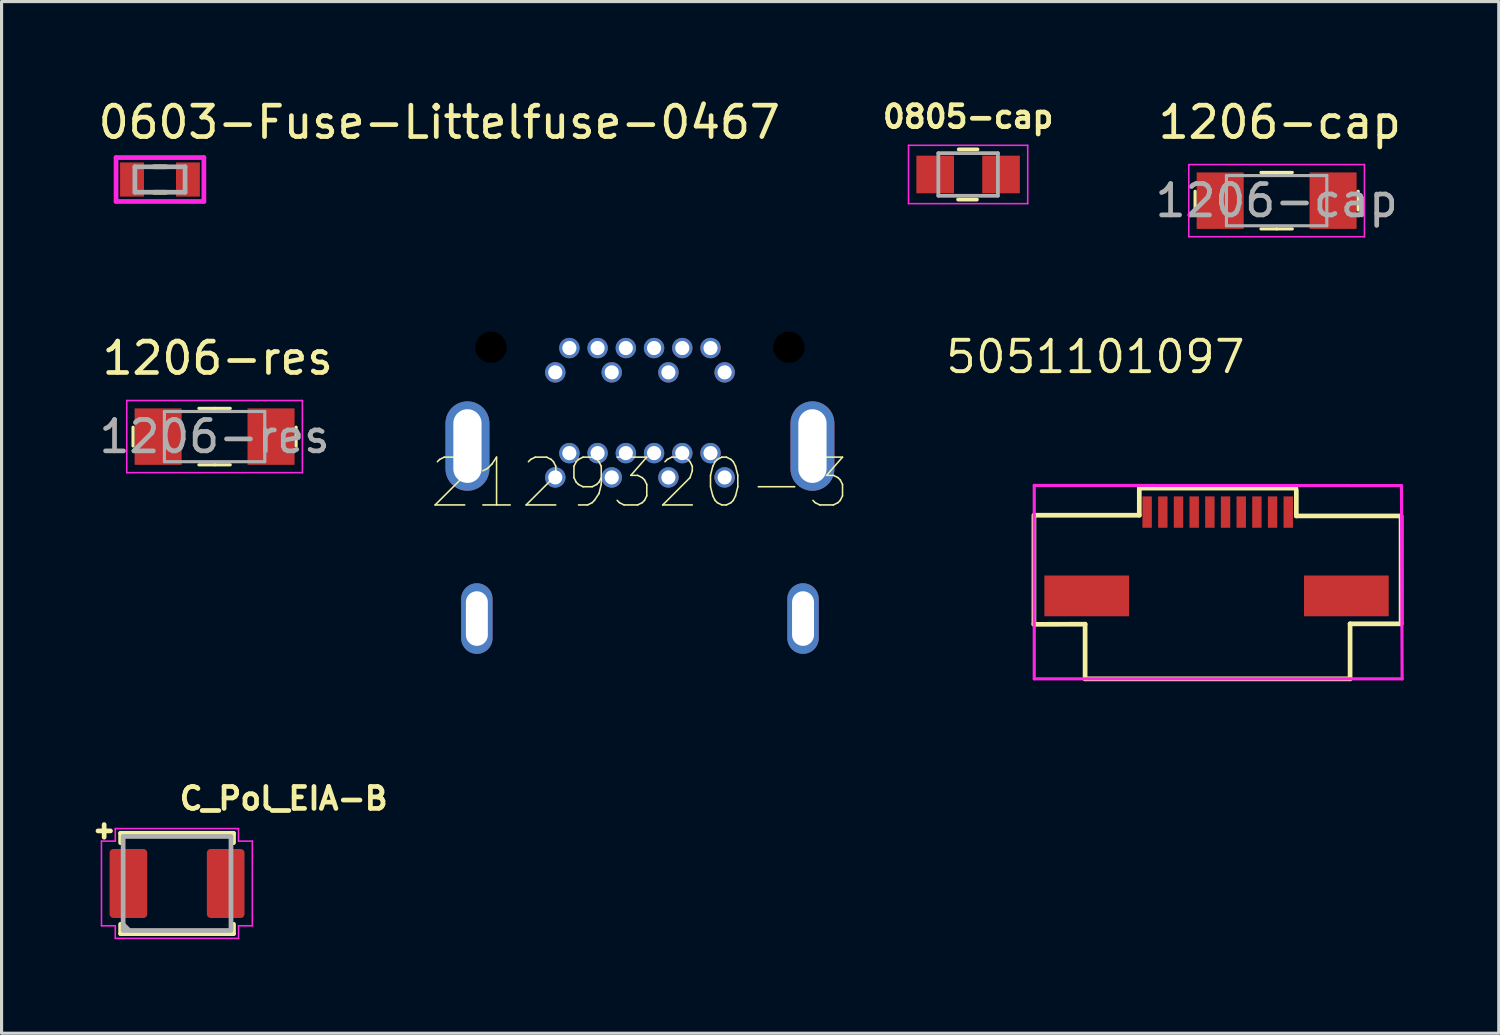
<source format=kicad_pcb>
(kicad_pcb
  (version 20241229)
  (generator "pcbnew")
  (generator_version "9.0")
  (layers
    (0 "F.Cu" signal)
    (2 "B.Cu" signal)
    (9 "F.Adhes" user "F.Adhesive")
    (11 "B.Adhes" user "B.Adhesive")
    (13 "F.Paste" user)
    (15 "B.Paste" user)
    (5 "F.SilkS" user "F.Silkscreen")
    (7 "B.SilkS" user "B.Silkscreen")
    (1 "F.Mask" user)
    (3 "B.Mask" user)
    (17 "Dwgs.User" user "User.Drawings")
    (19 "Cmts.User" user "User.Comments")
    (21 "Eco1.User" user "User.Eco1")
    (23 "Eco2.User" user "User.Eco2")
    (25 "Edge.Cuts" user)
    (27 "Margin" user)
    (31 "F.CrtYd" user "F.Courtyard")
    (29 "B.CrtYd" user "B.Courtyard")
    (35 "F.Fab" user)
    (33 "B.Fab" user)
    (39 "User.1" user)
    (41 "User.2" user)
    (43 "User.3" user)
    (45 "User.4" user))
  (footprint "1206-res"
    (layer "F.Cu")
    (at 3.792 10.871)
    (property "Reference" "1206-res" (at 0.1 -2.5 0) (layer "F.SilkS") (effects (font (size 1 1) (thickness 0.15))))
    (attr smd)
    (fp_line (start -2.6 -0.3) (end -2.6 0.3) (stroke (width 0.1) (type solid)) (layer "F.SilkS"))
    (fp_line (start 0 -0.9) (end -0.5 -0.9) (stroke (width 0.1) (type solid)) (layer "F.SilkS"))
    (fp_line (start 0 -0.9) (end 0.5 -0.9) (stroke (width 0.1) (type solid)) (layer "F.SilkS"))
    (fp_line (start 0 0.9) (end -0.5 0.9) (stroke (width 0.1) (type solid)) (layer "F.SilkS"))
    (fp_line (start 0 0.9) (end 0.5 0.9) (stroke (width 0.1) (type solid)) (layer "F.SilkS"))
    (fp_line (start 2.6 -0.3) (end 2.6 0.3) (stroke (width 0.1) (type solid)) (layer "F.SilkS"))
    (fp_line (start -2.8 -1.15) (end -2.8 1.15) (stroke (width 0.05) (type solid)) (layer "F.CrtYd"))
    (fp_line (start -2.8 1.15) (end 2.8 1.15) (stroke (width 0.05) (type solid)) (layer "F.CrtYd"))
    (fp_line (start 2.8 -1.15) (end -2.8 -1.15) (stroke (width 0.05) (type solid)) (layer "F.CrtYd"))
    (fp_line (start 2.8 1.15) (end 2.8 -1.15) (stroke (width 0.05) (type solid)) (layer "F.CrtYd"))
    (fp_line (start -1.6 -0.8) (end -1.6 0.8) (stroke (width 0.1) (type solid)) (layer "F.Fab"))
    (fp_line (start -1.6 -0.8) (end 1.6 -0.8) (stroke (width 0.1) (type solid)) (layer "F.Fab"))
    (fp_line (start -1.6 0.8) (end 1.6 0.8) (stroke (width 0.1) (type solid)) (layer "F.Fab"))
    (fp_line (start 1.6 -0.8) (end 1.6 0.8) (stroke (width 0.1) (type solid)) (layer "F.Fab"))
    (fp_text user "${REFERENCE}" (at 0 0 0) (layer "F.Fab") (effects (font (size 1 1) (thickness 0.15))))
    (pad "1" smd rect (at -1.8 0) (size 1.5 1.8) (layers "F.Cu" "F.Mask" "F.Paste"))
    (pad "2" smd rect (at 1.8 0) (size 1.5 1.8) (layers "F.Cu" "F.Mask" "F.Paste")))
  (footprint "5051101097"
    (layer "F.Cu")
    (at 35.647 15.295)
    (property "Reference" "5051101097" (at -3.77 -6.967 0) (layer "F.SilkS") (effects (font (size 1 1) (thickness 0.125))))
    (attr smd)
    (fp_line (start -5.73 1.533) (end -5.73 -1.917) (stroke (width 0.15) (type solid)) (layer "F.SilkS"))
    (fp_line (start -5.7 -1.917) (end -2.37 -1.917) (stroke (width 0.15) (type solid)) (layer "F.SilkS"))
    (fp_line (start -4.098 1.558) (end -5.735 1.563) (stroke (width 0.15) (type solid)) (layer "F.SilkS"))
    (fp_line (start -4.098 1.558) (end -4.098 3.3) (stroke (width 0.15) (type solid)) (layer "F.SilkS"))
    (fp_line (start -4.098 3.3) (end 4.351 3.3) (stroke (width 0.15) (type solid)) (layer "F.SilkS"))
    (fp_line (start -2.372 -2.781) (end 2.624 -2.781) (stroke (width 0.15) (type solid)) (layer "F.SilkS"))
    (fp_line (start -2.37 -1.917) (end -2.37 -2.742) (stroke (width 0.15) (type solid)) (layer "F.SilkS"))
    (fp_line (start 2.637 -1.894) (end 2.637 -2.719) (stroke (width 0.15) (type solid)) (layer "F.SilkS"))
    (fp_line (start 4.351 1.546) (end 4.351 3.3) (stroke (width 0.15) (type solid)) (layer "F.SilkS"))
    (fp_line (start 5.947 -1.894) (end 2.637 -1.894) (stroke (width 0.15) (type solid)) (layer "F.SilkS"))
    (fp_line (start 5.977 1.546) (end 4.351 1.546) (stroke (width 0.15) (type solid)) (layer "F.SilkS"))
    (fp_line (start 5.977 1.546) (end 5.977 -1.894) (stroke (width 0.15) (type solid)) (layer "F.SilkS"))
    (fp_line (start -5.72 -2.867) (end -5.72 3.3) (stroke (width 0.1) (type solid)) (layer "F.CrtYd"))
    (fp_line (start -5.72 3.3) (end 6.01 3.3) (stroke (width 0.1) (type solid)) (layer "F.CrtYd"))
    (fp_line (start 5.989 -2.863) (end -5.72 -2.867) (stroke (width 0.1) (type solid)) (layer "F.CrtYd"))
    (fp_line (start 6.01 3.3) (end 5.989 -2.863) (stroke (width 0.1) (type solid)) (layer "F.CrtYd"))
    (pad "1" smd rect (at -2.12 -2.017) (size 0.3 1) (layers "F.Cu" "F.Mask" "F.Paste"))
    (pad "2" smd rect (at -1.62 -2.017) (size 0.3 1) (layers "F.Cu" "F.Mask" "F.Paste"))
    (pad "3" smd rect (at -1.12 -2.017) (size 0.3 1) (layers "F.Cu" "F.Mask" "F.Paste"))
    (pad "4" smd rect (at -0.62 -2.017) (size 0.3 1) (layers "F.Cu" "F.Mask" "F.Paste"))
    (pad "5" smd rect (at -0.12 -2.017) (size 0.3 1) (layers "F.Cu" "F.Mask" "F.Paste"))
    (pad "6" smd rect (at 0.38 -2.017) (size 0.3 1) (layers "F.Cu" "F.Mask" "F.Paste"))
    (pad "7" smd rect (at 0.88 -2.017) (size 0.3 1) (layers "F.Cu" "F.Mask" "F.Paste"))
    (pad "8" smd rect (at 1.38 -2.017) (size 0.3 1) (layers "F.Cu" "F.Mask" "F.Paste"))
    (pad "9" smd rect (at 1.88 -2.017) (size 0.3 1) (layers "F.Cu" "F.Mask" "F.Paste"))
    (pad "10" smd rect (at 2.38 -2.017) (size 0.3 1) (layers "F.Cu" "F.Mask" "F.Paste"))
    (pad "~" smd rect (at -4.046 0.655) (size 2.7 1.3) (layers "F.Cu" "F.Mask" "F.Paste"))
    (pad "~" smd rect (at 4.232 0.655 90) (size 1.3 2.7) (layers "F.Cu" "F.Mask" "F.Paste")))
  (footprint "C_Pol_EIA-B"
    (layer "F.Cu")
    (at 2.596 25.12)
    (property "Reference" "C_Pol_EIA-B" (at 0 -2.3 0) (layer "F.SilkS") (effects (font (size 0.7 0.7) (thickness 0.15)) (justify left bottom)))
    (attr smd)
    (fp_line (start -2.521 -1.676) (end -2.123 -1.676) (stroke (width 0.15) (type solid)) (layer "F.SilkS"))
    (fp_line (start -2.325 -1.475) (end -2.325 -1.878) (stroke (width 0.15) (type solid)) (layer "F.SilkS"))
    (fp_line (start -1.8 -1.6) (end 1.8 -1.6) (stroke (width 0.15) (type solid)) (layer "F.SilkS"))
    (fp_line (start -1.8 -1.3) (end -1.8 -1.6) (stroke (width 0.15) (type solid)) (layer "F.SilkS"))
    (fp_line (start -1.8 1.3) (end -1.8 1.6) (stroke (width 0.15) (type solid)) (layer "F.SilkS"))
    (fp_line (start 1.8 -1.3) (end 1.8 -1.6) (stroke (width 0.15) (type solid)) (layer "F.SilkS"))
    (fp_line (start 1.8 1.3) (end 1.8 1.6) (stroke (width 0.15) (type solid)) (layer "F.SilkS"))
    (fp_line (start 1.8 1.6) (end -1.8 1.6) (stroke (width 0.15) (type solid)) (layer "F.SilkS"))
    (fp_line (start -2.411 -1.35) (end -2.41 1.35) (stroke (width 0.05) (type solid)) (layer "F.CrtYd"))
    (fp_line (start -1.97 -1.75) (end -1.97 -1.35) (stroke (width 0.05) (type solid)) (layer "F.CrtYd"))
    (fp_line (start -1.97 -1.35) (end -2.41 -1.35) (stroke (width 0.05) (type solid)) (layer "F.CrtYd"))
    (fp_line (start -1.97 1.35) (end -2.41 1.35) (stroke (width 0.05) (type solid)) (layer "F.CrtYd"))
    (fp_line (start -1.97 1.35) (end -1.97 1.75) (stroke (width 0.05) (type solid)) (layer "F.CrtYd"))
    (fp_line (start 1.959 -1.75) (end -1.971 -1.75) (stroke (width 0.05) (type solid)) (layer "F.CrtYd"))
    (fp_line (start 1.959 -1.75) (end 1.959 -1.35) (stroke (width 0.05) (type solid)) (layer "F.CrtYd"))
    (fp_line (start 1.96 1.35) (end 1.96 1.75) (stroke (width 0.05) (type solid)) (layer "F.CrtYd"))
    (fp_line (start 1.96 1.75) (end -1.97 1.75) (stroke (width 0.05) (type solid)) (layer "F.CrtYd"))
    (fp_line (start 2.399 -1.35) (end 1.959 -1.35) (stroke (width 0.05) (type solid)) (layer "F.CrtYd"))
    (fp_line (start 2.399 -1.35) (end 2.4 1.35) (stroke (width 0.05) (type solid)) (layer "F.CrtYd"))
    (fp_line (start 2.4 1.35) (end 1.96 1.35) (stroke (width 0.05) (type solid)) (layer "F.CrtYd"))
    (fp_line (start -1.7 1.324) (end -1.551 1.475) (stroke (width 0.15) (type solid)) (layer "F.Fab"))
    (fp_rect (start -1.72 -1.5) (end 1.719 1.499) (stroke (width 0.15) (type solid)) (fill no) (layer "F.Fab"))
    (fp_rect (start -1.72 -1.5) (end 1.719 1.499) (stroke (width 0.1) (type solid)) (fill no) (layer "User.5"))
    (fp_rect (start -1.72 -1.5) (end 1.719 1.499) (stroke (width 0.1) (type solid)) (fill no) (layer "User.5"))
    (fp_line (start -1.72 -1.5) (end -1.72 1.499) (stroke (width 0.02) (type solid)) (layer "User.9"))
    (fp_line (start -1.72 1.499) (end 1.719 1.499) (stroke (width 0.02) (type solid)) (layer "User.9"))
    (fp_line (start 1.719 -1.5) (end -1.72 -1.5) (stroke (width 0.02) (type solid)) (layer "User.9"))
    (fp_line (start 1.719 1.499) (end 1.719 -1.5) (stroke (width 0.02) (type solid)) (layer "User.9"))
    (pad "1" smd roundrect (at -1.551 0) (size 1.2 2.2) (layers "F.Cu" "F.Mask" "F.Paste") (roundrect_rratio 0.1))
    (pad "2" smd roundrect (at 1.55 0) (size 1.2 2.2) (layers "F.Cu" "F.Mask" "F.Paste") (roundrect_rratio 0.1)))
  (footprint "2129320-3"
    (layer "F.Cu")
    (at 17.355 12.348)
    (property "Reference" "2129320-3" (at 0 0 0) (layer "F.SilkS") (effects (font (size 1.524 1.524) (thickness 0.05))))
    (attr through_hole)
    (pad "" np_thru_hole circle (at -4.75 -4.325) (size 1 1) (drill 1) (layers "*.Mask"))
    (pad "" np_thru_hole circle (at 4.75 -4.325) (size 1 1) (drill 1) (layers "*.Mask"))
    (pad "1" thru_hole circle (at -2.7 -0.175) (size 0.65 0.65) (drill 0.45) (layers "*.Cu" "*.Mask"))
    (pad "2" thru_hole circle (at -2.7 -3.525) (size 0.65 0.65) (drill 0.45) (layers "*.Cu" "*.Mask"))
    (pad "3" thru_hole circle (at -2.25 -0.95) (size 0.65 0.65) (drill 0.45) (layers "*.Cu" "*.Mask"))
    (pad "4" thru_hole circle (at -2.25 -4.3 90) (size 0.65 0.65) (drill 0.45) (layers "*.Cu" "*.Mask"))
    (pad "5" thru_hole circle (at -1.35 -0.95) (size 0.65 0.65) (drill 0.45) (layers "*.Cu" "*.Mask"))
    (pad "6" thru_hole circle (at -1.35 -4.3) (size 0.65 0.65) (drill 0.45) (layers "*.Cu" "*.Mask"))
    (pad "7" thru_hole circle (at -0.9 -0.175) (size 0.65 0.65) (drill 0.45) (layers "*.Cu" "*.Mask"))
    (pad "8" thru_hole circle (at -0.9 -3.525) (size 0.65 0.65) (drill 0.45) (layers "*.Cu" "*.Mask"))
    (pad "9" thru_hole circle (at -0.45 -0.95) (size 0.65 0.65) (drill 0.45) (layers "*.Cu" "*.Mask"))
    (pad "10" thru_hole circle (at -0.45 -4.3) (size 0.65 0.65) (drill 0.45) (layers "*.Cu" "*.Mask"))
    (pad "11" thru_hole circle (at 0.45 -0.95) (size 0.65 0.65) (drill 0.45) (layers "*.Cu" "*.Mask"))
    (pad "12" thru_hole circle (at 0.45 -4.3) (size 0.65 0.65) (drill 0.45) (layers "*.Cu" "*.Mask"))
    (pad "13" thru_hole circle (at 0.908 -0.175) (size 0.65 0.65) (drill 0.45) (layers "*.Cu" "*.Mask"))
    (pad "14" thru_hole circle (at 0.908 -3.525) (size 0.65 0.65) (drill 0.45) (layers "*.Cu" "*.Mask"))
    (pad "15" thru_hole circle (at 1.35 -0.95) (size 0.65 0.65) (drill 0.45) (layers "*.Cu" "*.Mask"))
    (pad "16" thru_hole circle (at 1.35 -4.3) (size 0.65 0.65) (drill 0.45) (layers "*.Cu" "*.Mask"))
    (pad "17" thru_hole circle (at 2.25 -0.95) (size 0.65 0.65) (drill 0.45) (layers "*.Cu" "*.Mask"))
    (pad "18" thru_hole circle (at 2.25 -4.3) (size 0.65 0.65) (drill 0.45) (layers "*.Cu" "*.Mask"))
    (pad "19" thru_hole circle (at 2.7 -0.175) (size 0.65 0.65) (drill 0.45) (layers "*.Cu" "*.Mask"))
    (pad "20" thru_hole circle (at 2.7 -3.525) (size 0.65 0.65) (drill 0.45) (layers "*.Cu" "*.Mask"))
    (pad "21" thru_hole oval (at -5.5 -1.175 90) (size 2.85 1.4) (drill oval 2.35 0.9) (layers "*.Cu" "*.Mask"))
    (pad "22" thru_hole oval (at -5.2 4.325 90) (size 2.25 1) (drill oval 1.74 0.7) (layers "*.Cu" "*.Mask"))
    (pad "23" thru_hole oval (at 5.2 4.325 90) (size 2.25 1) (drill oval 1.74 0.7) (layers "*.Cu" "*.Mask"))
    (pad "24" thru_hole oval (at 5.5 -1.175 90) (size 2.85 1.4) (drill oval 2.35 0.9) (layers "*.Cu" "*.Mask")))
  (footprint "0805-cap"
    (layer "F.Cu")
    (at 27.819 2.513)
    (property "Reference" "0805-cap" (at 0 -1.84 0) (layer "F.SilkS") (effects (font (size 0.7 0.7) (thickness 0.15))))
    (attr smd)
    (fp_line (start -0.32 0.8) (end 0.28 0.8) (stroke (width 0.12) (type solid)) (layer "F.SilkS"))
    (fp_line (start -0.3 -0.8) (end 0.3 -0.8) (stroke (width 0.12) (type solid)) (layer "F.SilkS"))
    (fp_line (start -1.9 -0.93) (end 1.9 -0.93) (stroke (width 0.05) (type solid)) (layer "F.CrtYd"))
    (fp_line (start -1.9 0.93) (end -1.9 -0.93) (stroke (width 0.05) (type solid)) (layer "F.CrtYd"))
    (fp_line (start -1.9 0.93) (end 1.9 0.93) (stroke (width 0.05) (type solid)) (layer "F.CrtYd"))
    (fp_line (start 1.9 0.93) (end 1.9 -0.93) (stroke (width 0.05) (type solid)) (layer "F.CrtYd"))
    (fp_line (start -0.95 -0.68) (end 0.95 -0.68) (stroke (width 0.12) (type solid)) (layer "F.Fab"))
    (fp_line (start -0.95 -0.675) (end -0.95 0.675) (stroke (width 0.12) (type solid)) (layer "F.Fab"))
    (fp_line (start -0.95 0.68) (end 0.95 0.68) (stroke (width 0.12) (type solid)) (layer "F.Fab"))
    (fp_line (start 0.95 -0.675) (end 0.95 0.675) (stroke (width 0.12) (type solid)) (layer "F.Fab"))
    (pad "1" smd rect (at -1.05 0) (size 1.2 1.2) (layers "F.Cu" "F.Mask" "F.Paste"))
    (pad "2" smd rect (at 1.05 0) (size 1.2 1.2) (layers "F.Cu" "F.Mask" "F.Paste")))
  (footprint "0603-Fuse-Littelfuse-0467"
    (layer "F.Cu")
    (at 2.051 2.674)
    (property "Reference" "0603-Fuse-Littelfuse-0467" (at -2.051 -1.825 0) (layer "F.SilkS") (effects (font (size 1 1) (thickness 0.15)) (justify left)))
    (attr through_hole)
    (fp_line (start -0.194 -0.406) (end 0.194 -0.406) (stroke (width 0.15) (type solid)) (layer "F.SilkS"))
    (fp_line (start -0.194 0.406) (end 0.194 0.406) (stroke (width 0.15) (type solid)) (layer "F.SilkS"))
    (fp_line (start -1.4 -0.7) (end -1.4 0.7) (stroke (width 0.15) (type solid)) (layer "F.CrtYd"))
    (fp_line (start -1.4 0.7) (end 1.4 0.7) (stroke (width 0.15) (type solid)) (layer "F.CrtYd"))
    (fp_line (start 1.4 -0.7) (end -1.4 -0.7) (stroke (width 0.15) (type solid)) (layer "F.CrtYd"))
    (fp_line (start 1.4 0.7) (end 1.4 -0.7) (stroke (width 0.15) (type solid)) (layer "F.CrtYd"))
    (fp_line (start -0.8 0.406) (end -0.8 -0.406) (stroke (width 0.15) (type solid)) (layer "F.Fab"))
    (fp_line (start 0.8 -0.406) (end -0.8 -0.406) (stroke (width 0.15) (type solid)) (layer "F.Fab"))
    (fp_line (start 0.8 -0.406) (end 0.8 0.406) (stroke (width 0.15) (type solid)) (layer "F.Fab"))
    (fp_line (start 0.8 0.406) (end -0.8 0.406) (stroke (width 0.15) (type solid)) (layer "F.Fab"))
    (pad "1" smd rect (at -0.891 0) (size 0.762 1.09) (layers "F.Cu" "F.Mask" "F.Paste"))
    (pad "2" smd rect (at 0.891 0) (size 0.762 1.09) (layers "F.Cu" "F.Mask" "F.Paste")))
  (footprint "1206-cap"
    (layer "F.Cu")
    (at 37.656 3.348)
    (property "Reference" "1206-cap" (at 0.1 -2.5 0) (layer "F.SilkS") (effects (font (size 1 1) (thickness 0.15))))
    (attr smd)
    (fp_line (start -2.6 -0.3) (end -2.6 0.3) (stroke (width 0.1) (type solid)) (layer "F.SilkS"))
    (fp_line (start 0 -0.9) (end -0.5 -0.9) (stroke (width 0.1) (type solid)) (layer "F.SilkS"))
    (fp_line (start 0 -0.9) (end 0.5 -0.9) (stroke (width 0.1) (type solid)) (layer "F.SilkS"))
    (fp_line (start 0 0.9) (end -0.5 0.9) (stroke (width 0.1) (type solid)) (layer "F.SilkS"))
    (fp_line (start 0 0.9) (end 0.5 0.9) (stroke (width 0.1) (type solid)) (layer "F.SilkS"))
    (fp_line (start 2.6 -0.3) (end 2.6 0.3) (stroke (width 0.1) (type solid)) (layer "F.SilkS"))
    (fp_line (start -2.8 -1.15) (end -2.8 1.15) (stroke (width 0.05) (type solid)) (layer "F.CrtYd"))
    (fp_line (start -2.8 1.15) (end 2.8 1.15) (stroke (width 0.05) (type solid)) (layer "F.CrtYd"))
    (fp_line (start 2.8 -1.15) (end -2.8 -1.15) (stroke (width 0.05) (type solid)) (layer "F.CrtYd"))
    (fp_line (start 2.8 1.15) (end 2.8 -1.15) (stroke (width 0.05) (type solid)) (layer "F.CrtYd"))
    (fp_line (start -1.6 -0.8) (end -1.6 0.8) (stroke (width 0.1) (type solid)) (layer "F.Fab"))
    (fp_line (start -1.6 -0.8) (end 1.6 -0.8) (stroke (width 0.1) (type solid)) (layer "F.Fab"))
    (fp_line (start -1.6 0.8) (end 1.6 0.8) (stroke (width 0.1) (type solid)) (layer "F.Fab"))
    (fp_line (start 1.6 -0.8) (end 1.6 0.8) (stroke (width 0.1) (type solid)) (layer "F.Fab"))
    (fp_text user "${REFERENCE}" (at 0 0 0) (layer "F.Fab") (effects (font (size 1 1) (thickness 0.15))))
    (pad "1" smd rect (at -1.8 0) (size 1.5 1.8) (layers "F.Cu" "F.Mask" "F.Paste"))
    (pad "2" smd rect (at 1.8 0) (size 1.5 1.8) (layers "F.Cu" "F.Mask" "F.Paste")))
  (gr_rect
    (start -3 -3)
    (end 44.739 29.895)
    (stroke (width 0.1) (type default))
    (fill no)
    (layer "Edge.Cuts")))
</source>
